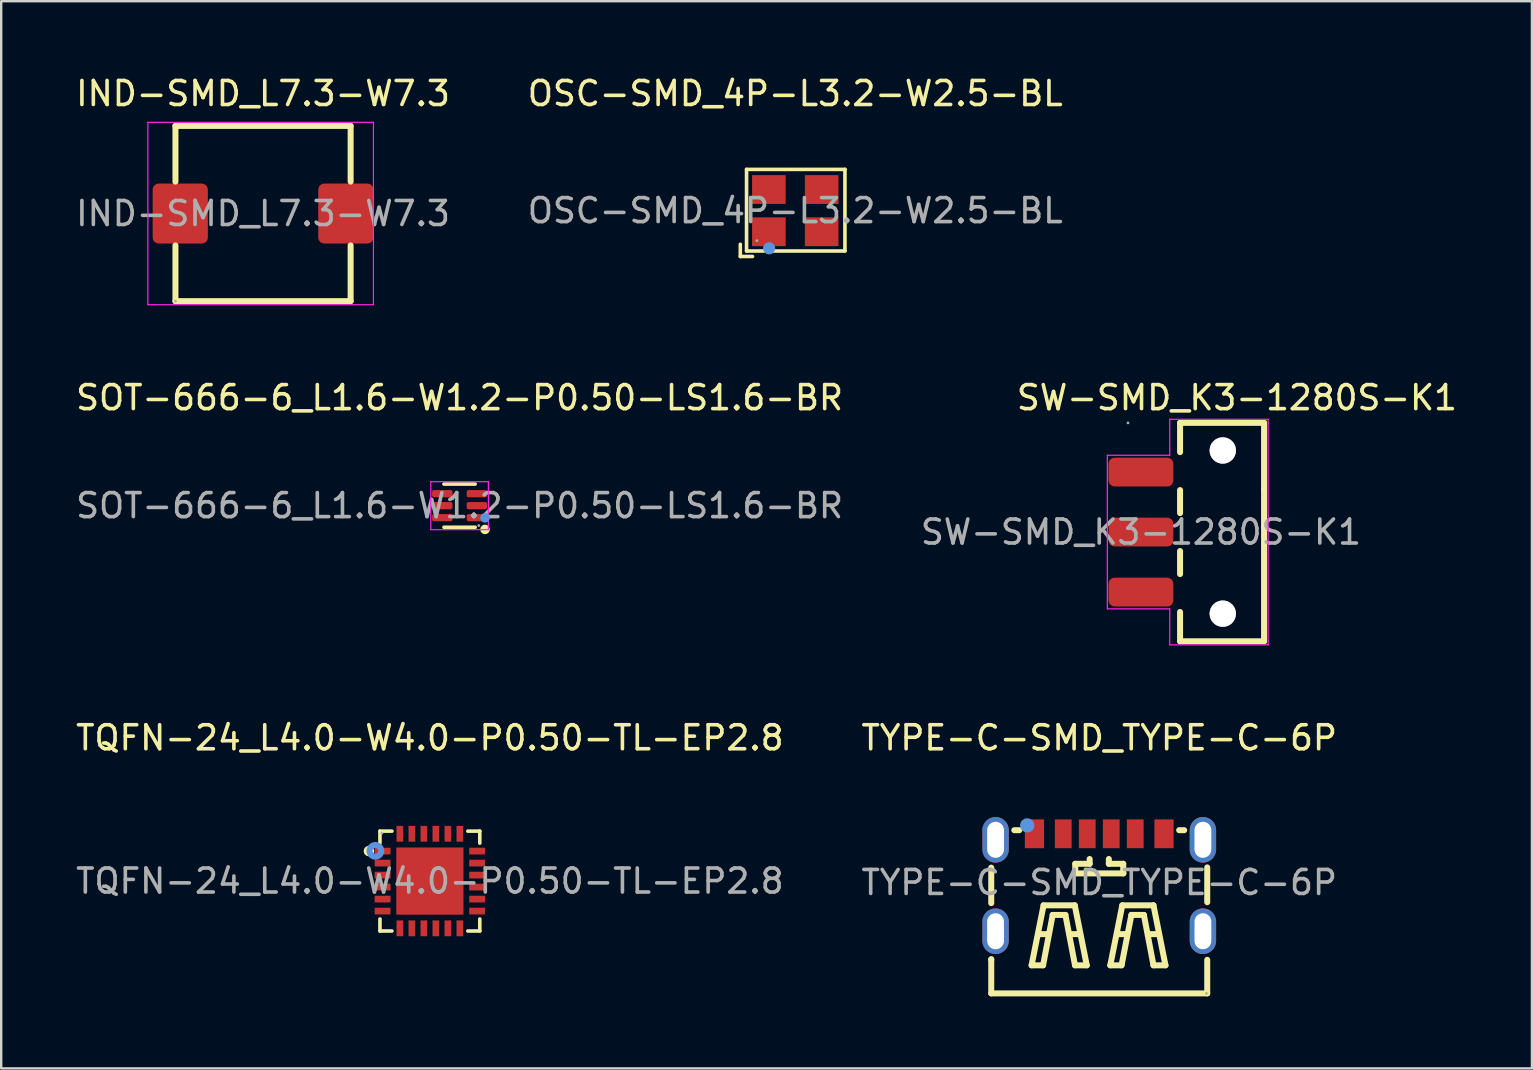
<source format=kicad_pcb>
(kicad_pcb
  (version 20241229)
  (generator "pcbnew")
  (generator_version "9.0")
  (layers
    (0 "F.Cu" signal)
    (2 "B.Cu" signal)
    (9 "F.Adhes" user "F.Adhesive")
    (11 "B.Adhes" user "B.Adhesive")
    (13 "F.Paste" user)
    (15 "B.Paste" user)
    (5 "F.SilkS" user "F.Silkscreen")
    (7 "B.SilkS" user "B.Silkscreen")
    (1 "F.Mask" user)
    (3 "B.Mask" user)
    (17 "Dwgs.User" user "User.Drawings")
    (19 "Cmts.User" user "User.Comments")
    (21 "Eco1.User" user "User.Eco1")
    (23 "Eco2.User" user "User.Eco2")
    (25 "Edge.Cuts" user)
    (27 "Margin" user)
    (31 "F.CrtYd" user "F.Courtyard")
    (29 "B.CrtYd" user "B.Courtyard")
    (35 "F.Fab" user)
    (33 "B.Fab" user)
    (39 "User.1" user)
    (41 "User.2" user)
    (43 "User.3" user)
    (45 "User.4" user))
  (footprint "SW-SMD_K3-1280S-K1"
    (layer "F.Cu")
    (at 44.494 19.122)
    (property "Reference" "SW-SMD_K3-1280S-K1" (at 4 -5.6 0) (layer "F.SilkS") (effects (font (size 1 1) (thickness 0.15))))
    (attr smd)
    (fp_line (start 1.63 -4.55) (end 1.63 -3.33) (stroke (width 0.25) (type solid)) (layer "F.SilkS"))
    (fp_line (start 1.63 -4.55) (end 5.13 -4.55) (stroke (width 0.25) (type solid)) (layer "F.SilkS"))
    (fp_line (start 1.63 -1.75) (end 1.63 -0.79) (stroke (width 0.25) (type solid)) (layer "F.SilkS"))
    (fp_line (start 1.63 0.79) (end 1.63 1.75) (stroke (width 0.25) (type solid)) (layer "F.SilkS"))
    (fp_line (start 1.63 3.33) (end 1.63 4.55) (stroke (width 0.25) (type solid)) (layer "F.SilkS"))
    (fp_line (start 5.13 -4.55) (end 5.13 4.55) (stroke (width 0.25) (type solid)) (layer "F.SilkS"))
    (fp_line (start 5.13 -1.75) (end 5.13 -1.74) (stroke (width 0.25) (type solid)) (layer "F.SilkS"))
    (fp_line (start 5.13 -0.25) (end 5.13 -0.23) (stroke (width 0.25) (type solid)) (layer "F.SilkS"))
    (fp_line (start 5.13 4.55) (end 1.63 4.55) (stroke (width 0.25) (type solid)) (layer "F.SilkS"))
    (fp_circle (center 3.41 -3.4) (end 3.66 -3.4) (stroke (width 0.5) (type solid)) (fill no) (layer "Cmts.User"))
    (fp_circle (center 3.41 3.4) (end 3.66 3.4) (stroke (width 0.5) (type solid)) (fill no) (layer "Cmts.User"))
    (fp_line (start -1.4 -3.2) (end 1.2 -3.2) (stroke (width 0.05) (type default)) (layer "F.CrtYd"))
    (fp_line (start -1.4 3.2) (end -1.4 -3.2) (stroke (width 0.05) (type default)) (layer "F.CrtYd"))
    (fp_line (start 1.2 -4.7) (end 5.3 -4.7) (stroke (width 0.05) (type default)) (layer "F.CrtYd"))
    (fp_line (start 1.2 -3.2) (end 1.2 -4.7) (stroke (width 0.05) (type default)) (layer "F.CrtYd"))
    (fp_line (start 1.2 3.2) (end -1.4 3.2) (stroke (width 0.05) (type default)) (layer "F.CrtYd"))
    (fp_line (start 1.2 4.7) (end 1.2 3.2) (stroke (width 0.05) (type default)) (layer "F.CrtYd"))
    (fp_line (start 5.3 -4.7) (end 5.3 4.7) (stroke (width 0.05) (type default)) (layer "F.CrtYd"))
    (fp_line (start 5.3 4.7) (end 1.2 4.7) (stroke (width 0.05) (type default)) (layer "F.CrtYd"))
    (fp_circle (center -0.54 -4.55) (end -0.51 -4.55) (stroke (width 0.06) (type solid)) (fill no) (layer "F.Fab"))
    (fp_text user "${REFERENCE}" (at 0 0 0) (layer "F.Fab") (effects (font (size 1 1) (thickness 0.15))))
    (pad "" thru_hole circle (at 3.41 -3.4) (size 1.1 1.1) (drill 1.1) (layers "*.Cu" "*.Mask"))
    (pad "" thru_hole circle (at 3.41 3.4) (size 1.1 1.1) (drill 1.1) (layers "*.Cu" "*.Mask"))
    (pad "1" smd roundrect (at 0 -2.5) (size 2.7 1.2) (layers "F.Cu" "F.Mask" "F.Paste") (roundrect_rratio 0.208))
    (pad "2" smd roundrect (at 0 0) (size 2.7 1.2) (layers "F.Cu" "F.Mask" "F.Paste") (roundrect_rratio 0.208))
    (pad "3" smd roundrect (at 0 2.5) (size 2.7 1.2) (layers "F.Cu" "F.Mask" "F.Paste") (roundrect_rratio 0.208)))
  (footprint "IND-SMD_L7.3-W7.3"
    (layer "F.Cu")
    (at 7.911 5.848)
    (property "Reference" "IND-SMD_L7.3-W7.3" (at 0 -5 0) (layer "F.SilkS") (effects (font (size 1 1) (thickness 0.15))))
    (attr smd)
    (fp_line (start -3.65 -3.65) (end 3.65 -3.65) (stroke (width 0.25) (type solid)) (layer "F.SilkS"))
    (fp_line (start -3.65 -1.33) (end -3.65 -3.65) (stroke (width 0.25) (type solid)) (layer "F.SilkS"))
    (fp_line (start -3.65 3.65) (end -3.65 1.33) (stroke (width 0.25) (type solid)) (layer "F.SilkS"))
    (fp_line (start 3.65 -3.65) (end 3.65 -1.33) (stroke (width 0.25) (type solid)) (layer "F.SilkS"))
    (fp_line (start 3.65 1.33) (end 3.65 3.65) (stroke (width 0.25) (type solid)) (layer "F.SilkS"))
    (fp_line (start 3.65 3.65) (end -3.65 3.65) (stroke (width 0.25) (type solid)) (layer "F.SilkS"))
    (fp_line (start -4.8 -3.8) (end 4.6 -3.8) (stroke (width 0.05) (type default)) (layer "F.CrtYd"))
    (fp_line (start -4.8 3.8) (end -4.8 -3.8) (stroke (width 0.05) (type default)) (layer "F.CrtYd"))
    (fp_line (start -4.8 3.8) (end 4.6 3.8) (stroke (width 0.05) (type default)) (layer "F.CrtYd"))
    (fp_line (start 4.6 3.8) (end 4.6 -3.8) (stroke (width 0.05) (type default)) (layer "F.CrtYd"))
    (fp_circle (center -3.65 3.65) (end -3.62 3.65) (stroke (width 0.06) (type solid)) (fill no) (layer "F.Fab"))
    (fp_text user "${REFERENCE}" (at 0 0 0) (layer "F.Fab") (effects (font (size 1 1) (thickness 0.15))))
    (pad "1" smd roundrect (at -3.45 0) (size 2.3 2.5) (layers "F.Cu" "F.Mask" "F.Paste") (roundrect_rratio 0.109))
    (pad "2" smd roundrect (at 3.45 0) (size 2.3 2.5) (layers "F.Cu" "F.Mask" "F.Paste") (roundrect_rratio 0.109)))
  (footprint "OSC-SMD_4P-L3.2-W2.5-BL"
    (layer "F.Cu")
    (at 30.089 5.728)
    (property "Reference" "OSC-SMD_4P-L3.2-W2.5-BL" (at 0 -4.88 0) (layer "F.SilkS") (effects (font (size 1 1) (thickness 0.15))))
    (attr smd)
    (fp_line (start -2.29 1.4) (end -2.29 1.91) (stroke (width 0.15) (type solid)) (layer "F.SilkS"))
    (fp_line (start -2.29 1.91) (end -1.78 1.91) (stroke (width 0.15) (type solid)) (layer "F.SilkS"))
    (fp_line (start -2.03 -1.72) (end -2.03 1.68) (stroke (width 0.15) (type solid)) (layer "F.SilkS"))
    (fp_line (start -2.03 1.68) (end 2.07 1.68) (stroke (width 0.15) (type solid)) (layer "F.SilkS"))
    (fp_line (start 2.07 -1.72) (end -2.03 -1.72) (stroke (width 0.15) (type solid)) (layer "F.SilkS"))
    (fp_line (start 2.07 1.68) (end 2.07 -1.72) (stroke (width 0.15) (type solid)) (layer "F.SilkS"))
    (fp_circle (center -1.09 1.57) (end -0.96 1.57) (stroke (width 0.25) (type solid)) (fill no) (layer "Cmts.User"))
    (fp_circle (center -1.6 1.25) (end -1.57 1.25) (stroke (width 0.06) (type solid)) (fill no) (layer "F.Fab"))
    (fp_text user "${REFERENCE}" (at 0 0 0) (layer "F.Fab") (effects (font (size 1 1) (thickness 0.15))))
    (pad "1" smd rect (at -1.1 0.88) (size 1.4 1.2) (layers "F.Cu" "F.Mask" "F.Paste"))
    (pad "2" smd rect (at 1.1 0.88) (size 1.4 1.2) (layers "F.Cu" "F.Mask" "F.Paste"))
    (pad "3" smd rect (at 1.1 -0.88) (size 1.4 1.2) (layers "F.Cu" "F.Mask" "F.Paste"))
    (pad "4" smd rect (at -1.1 -0.88) (size 1.4 1.2) (layers "F.Cu" "F.Mask" "F.Paste")))
  (footprint "TQFN-24_L4.0-W4.0-P0.50-TL-EP2.8"
    (layer "F.Cu")
    (at 14.863 33.665)
    (property "Reference" "TQFN-24_L4.0-W4.0-P0.50-TL-EP2.8" (at 0 -5.97 0) (layer "F.SilkS") (effects (font (size 1 1) (thickness 0.15))))
    (attr smd)
    (fp_line (start -2.08 -2.08) (end -2.08 -1.58) (stroke (width 0.15) (type solid)) (layer "F.SilkS"))
    (fp_line (start -2.08 2.08) (end -2.08 1.58) (stroke (width 0.15) (type solid)) (layer "F.SilkS"))
    (fp_line (start -1.58 -2.08) (end -2.08 -2.08) (stroke (width 0.15) (type solid)) (layer "F.SilkS"))
    (fp_line (start -1.58 2.08) (end -2.08 2.08) (stroke (width 0.15) (type solid)) (layer "F.SilkS"))
    (fp_line (start 1.58 -2.08) (end 2.08 -2.08) (stroke (width 0.15) (type solid)) (layer "F.SilkS"))
    (fp_line (start 1.58 2.08) (end 2.08 2.08) (stroke (width 0.15) (type solid)) (layer "F.SilkS"))
    (fp_line (start 2.08 -2.08) (end 2.08 -1.58) (stroke (width 0.15) (type solid)) (layer "F.SilkS"))
    (fp_line (start 2.08 2.08) (end 2.08 1.58) (stroke (width 0.15) (type solid)) (layer "F.SilkS"))
    (fp_circle (center -2.54 -1.25) (end -2.47 -1.25) (stroke (width 0.15) (type solid)) (fill no) (layer "F.SilkS"))
    (fp_circle (center -2.27 -1.26) (end -2.15 -1.26) (stroke (width 0.25) (type solid)) (fill no) (layer "Cmts.User"))
    (fp_circle (center -2 -2) (end -1.97 -2) (stroke (width 0.06) (type solid)) (fill no) (layer "F.Fab"))
    (fp_text user "${REFERENCE}" (at 0 0 0) (layer "F.Fab") (effects (font (size 1 1) (thickness 0.15))))
    (pad "1" smd rect (at -1.97 -1.25) (size 0.66 0.28) (layers "F.Cu" "F.Mask" "F.Paste"))
    (pad "2" smd rect (at -1.97 -0.75) (size 0.66 0.28) (layers "F.Cu" "F.Mask" "F.Paste"))
    (pad "3" smd rect (at -1.97 -0.25) (size 0.66 0.28) (layers "F.Cu" "F.Mask" "F.Paste"))
    (pad "4" smd rect (at -1.97 0.25) (size 0.66 0.28) (layers "F.Cu" "F.Mask" "F.Paste"))
    (pad "5" smd rect (at -1.97 0.75) (size 0.66 0.28) (layers "F.Cu" "F.Mask" "F.Paste"))
    (pad "6" smd rect (at -1.97 1.25) (size 0.66 0.28) (layers "F.Cu" "F.Mask" "F.Paste"))
    (pad "7" smd rect (at -1.25 1.97) (size 0.28 0.66) (layers "F.Cu" "F.Mask" "F.Paste"))
    (pad "8" smd rect (at -0.75 1.97) (size 0.28 0.66) (layers "F.Cu" "F.Mask" "F.Paste"))
    (pad "9" smd rect (at -0.25 1.97) (size 0.28 0.66) (layers "F.Cu" "F.Mask" "F.Paste"))
    (pad "10" smd rect (at 0.25 1.97) (size 0.28 0.66) (layers "F.Cu" "F.Mask" "F.Paste"))
    (pad "11" smd rect (at 0.75 1.97) (size 0.28 0.66) (layers "F.Cu" "F.Mask" "F.Paste"))
    (pad "12" smd rect (at 1.25 1.97) (size 0.28 0.66) (layers "F.Cu" "F.Mask" "F.Paste"))
    (pad "13" smd rect (at 1.97 1.25) (size 0.66 0.28) (layers "F.Cu" "F.Mask" "F.Paste"))
    (pad "14" smd rect (at 1.97 0.75) (size 0.66 0.28) (layers "F.Cu" "F.Mask" "F.Paste"))
    (pad "15" smd rect (at 1.97 0.25) (size 0.66 0.28) (layers "F.Cu" "F.Mask" "F.Paste"))
    (pad "16" smd rect (at 1.97 -0.25) (size 0.66 0.28) (layers "F.Cu" "F.Mask" "F.Paste"))
    (pad "17" smd rect (at 1.97 -0.75) (size 0.66 0.28) (layers "F.Cu" "F.Mask" "F.Paste"))
    (pad "18" smd rect (at 1.97 -1.25) (size 0.66 0.28) (layers "F.Cu" "F.Mask" "F.Paste"))
    (pad "19" smd rect (at 1.25 -1.97) (size 0.28 0.66) (layers "F.Cu" "F.Mask" "F.Paste"))
    (pad "20" smd rect (at 0.75 -1.97) (size 0.28 0.66) (layers "F.Cu" "F.Mask" "F.Paste"))
    (pad "21" smd rect (at 0.25 -1.97) (size 0.28 0.66) (layers "F.Cu" "F.Mask" "F.Paste"))
    (pad "22" smd rect (at -0.25 -1.97) (size 0.28 0.66) (layers "F.Cu" "F.Mask" "F.Paste"))
    (pad "23" smd rect (at -0.75 -1.97) (size 0.28 0.66) (layers "F.Cu" "F.Mask" "F.Paste"))
    (pad "24" smd rect (at -1.25 -1.97) (size 0.28 0.66) (layers "F.Cu" "F.Mask" "F.Paste"))
    (pad "25" smd rect (at 0 0) (size 2.8 2.8) (layers "F.Cu" "F.Mask" "F.Paste")))
  (footprint "TYPE-C-SMD_TYPE-C-6P"
    (layer "F.Cu")
    (at 42.756 33.725)
    (property "Reference" "TYPE-C-SMD_TYPE-C-6P" (at 0 -6.03 0) (layer "F.SilkS") (effects (font (size 1 1) (thickness 0.15))))
    (attr smd)
    (fp_line (start -4.5 -0.58) (end -4.5 -0.62) (stroke (width 0.25) (type solid)) (layer "F.SilkS"))
    (fp_line (start -4.5 -0.58) (end -4.5 0.86) (stroke (width 0.25) (type solid)) (layer "F.SilkS"))
    (fp_line (start -4.5 3.2) (end -4.5 4.62) (stroke (width 0.25) (type solid)) (layer "F.SilkS"))
    (fp_line (start -4.5 3.22) (end -4.5 3.2) (stroke (width 0.25) (type solid)) (layer "F.SilkS"))
    (fp_line (start -4.5 4.62) (end 4.5 4.62) (stroke (width 0.25) (type solid)) (layer "F.SilkS"))
    (fp_line (start -3.54 -2.18) (end -3.33 -2.18) (stroke (width 0.25) (type solid)) (layer "F.SilkS"))
    (fp_line (start -2.82 3.45) (end -2.32 0.95) (stroke (width 0.25) (type solid)) (layer "F.SilkS"))
    (fp_line (start -2.52 2.15) (end -2.12 2.15) (stroke (width 0.25) (type solid)) (layer "F.SilkS"))
    (fp_line (start -2.34 3.45) (end -2.82 3.45) (stroke (width 0.25) (type solid)) (layer "F.SilkS"))
    (fp_line (start -2.32 0.95) (end -1.02 0.95) (stroke (width 0.25) (type solid)) (layer "F.SilkS"))
    (fp_line (start -1.94 1.35) (end -2.34 3.45) (stroke (width 0.25) (type solid)) (layer "F.SilkS"))
    (fp_line (start -1.41 1.35) (end -1.94 1.35) (stroke (width 0.25) (type solid)) (layer "F.SilkS"))
    (fp_line (start -1.22 2.15) (end -0.82 2.15) (stroke (width 0.25) (type solid)) (layer "F.SilkS"))
    (fp_line (start -1.02 0.95) (end -0.52 3.45) (stroke (width 0.25) (type solid)) (layer "F.SilkS"))
    (fp_line (start -1.01 -0.38) (end 1.01 -0.38) (stroke (width 0.25) (type solid)) (layer "F.SilkS"))
    (fp_line (start -1.01 3.45) (end -1.41 1.35) (stroke (width 0.25) (type solid)) (layer "F.SilkS"))
    (fp_line (start -1 -0.78) (end -0.4 -0.78) (stroke (width 0.25) (type solid)) (layer "F.SilkS"))
    (fp_line (start -1 -0.38) (end -1 -0.78) (stroke (width 0.25) (type solid)) (layer "F.SilkS"))
    (fp_line (start -0.52 3.45) (end -1.01 3.45) (stroke (width 0.25) (type solid)) (layer "F.SilkS"))
    (fp_line (start -0.4 -0.78) (end -0.4 -0.98) (stroke (width 0.25) (type solid)) (layer "F.SilkS"))
    (fp_line (start 0.4 -0.78) (end 0.4 -0.98) (stroke (width 0.25) (type solid)) (layer "F.SilkS"))
    (fp_line (start 0.46 3.45) (end 0.96 0.95) (stroke (width 0.25) (type solid)) (layer "F.SilkS"))
    (fp_line (start 0.76 2.15) (end 1.16 2.15) (stroke (width 0.25) (type solid)) (layer "F.SilkS"))
    (fp_line (start 0.93 3.45) (end 0.46 3.45) (stroke (width 0.25) (type solid)) (layer "F.SilkS"))
    (fp_line (start 0.96 0.95) (end 2.26 0.95) (stroke (width 0.25) (type solid)) (layer "F.SilkS"))
    (fp_line (start 1 -0.78) (end 0.4 -0.78) (stroke (width 0.25) (type solid)) (layer "F.SilkS"))
    (fp_line (start 1 -0.38) (end 1 -0.78) (stroke (width 0.25) (type solid)) (layer "F.SilkS"))
    (fp_line (start 1.34 1.35) (end 0.93 3.45) (stroke (width 0.25) (type solid)) (layer "F.SilkS"))
    (fp_line (start 1.86 1.35) (end 1.34 1.35) (stroke (width 0.25) (type solid)) (layer "F.SilkS"))
    (fp_line (start 2.06 2.15) (end 2.46 2.15) (stroke (width 0.25) (type solid)) (layer "F.SilkS"))
    (fp_line (start 2.26 0.95) (end 2.76 3.45) (stroke (width 0.25) (type solid)) (layer "F.SilkS"))
    (fp_line (start 2.26 3.45) (end 1.86 1.35) (stroke (width 0.25) (type solid)) (layer "F.SilkS"))
    (fp_line (start 2.76 3.45) (end 2.26 3.45) (stroke (width 0.25) (type solid)) (layer "F.SilkS"))
    (fp_line (start 3.33 -2.18) (end 3.54 -2.18) (stroke (width 0.25) (type solid)) (layer "F.SilkS"))
    (fp_line (start 4.5 0.82) (end 4.5 -0.63) (stroke (width 0.25) (type solid)) (layer "F.SilkS"))
    (fp_line (start 4.5 4.62) (end 4.5 3.22) (stroke (width 0.25) (type solid)) (layer "F.SilkS"))
    (fp_circle (center -3 -2.38) (end -2.85 -2.38) (stroke (width 0.3) (type solid)) (fill no) (layer "Cmts.User"))
    (fp_circle (center 4.47 4.62) (end 4.5 4.62) (stroke (width 0.06) (type solid)) (fill no) (layer "F.Fab"))
    (fp_text user "${REFERENCE}" (at 0 0 0) (layer "F.Fab") (effects (font (size 1 1) (thickness 0.15))))
    (pad "7" thru_hole oval (at -4.32 -1.78) (size 1.1 1.9) (drill oval 0.7 1.5) (layers "*.Cu" "*.Mask"))
    (pad "7" thru_hole oval (at -4.32 2.03) (size 1.1 1.9) (drill oval 0.7 1.5) (layers "*.Cu" "*.Mask"))
    (pad "7" thru_hole oval (at 4.32 -1.78) (size 1.1 1.9) (drill oval 0.7 1.5) (layers "*.Cu" "*.Mask"))
    (pad "7" thru_hole oval (at 4.32 2.03) (size 1.1 1.9) (drill oval 0.7 1.5) (layers "*.Cu" "*.Mask"))
    (pad "A5" smd rect (at -0.5 -2.03) (size 0.7 1.2) (layers "F.Cu" "F.Mask" "F.Paste"))
    (pad "A9" smd rect (at 1.5 -2.03) (size 0.7 1.2) (layers "F.Cu" "F.Mask" "F.Paste"))
    (pad "A12" smd rect (at 2.7 -2.03) (size 0.8 1.2) (layers "F.Cu" "F.Mask" "F.Paste"))
    (pad "B5" smd rect (at 0.5 -2.03) (size 0.7 1.2) (layers "F.Cu" "F.Mask" "F.Paste"))
    (pad "B9" smd rect (at -1.5 -2.03) (size 0.7 1.2) (layers "F.Cu" "F.Mask" "F.Paste"))
    (pad "B12" smd rect (at -2.7 -2.03) (size 0.8 1.2) (layers "F.Cu" "F.Mask" "F.Paste")))
  (footprint "SOT-666-6_L1.6-W1.2-P0.50-LS1.6-BR"
    (layer "F.Cu")
    (at 16.101 18.021)
    (property "Reference" "SOT-666-6_L1.6-W1.2-P0.50-LS1.6-BR" (at 0 -4.5 0) (layer "F.SilkS") (effects (font (size 1 1) (thickness 0.15))))
    (attr smd)
    (fp_line (start 0.65 -0.9) (end -0.65 -0.9) (stroke (width 0.15) (type solid)) (layer "F.SilkS"))
    (fp_line (start 0.65 0.9) (end -0.65 0.9) (stroke (width 0.15) (type solid)) (layer "F.SilkS"))
    (fp_arc (start 1.06 0.99) (mid 1.06 0.99) (end 1.06 0.99) (stroke (width 0.2) (type solid)) (layer "F.SilkS"))
    (fp_circle (center 1.06 0.51) (end 1.16 0.51) (stroke (width 0.2) (type solid)) (fill no) (layer "Cmts.User"))
    (fp_line (start -1.2 -1) (end 1.2 -1) (stroke (width 0.05) (type default)) (layer "F.CrtYd"))
    (fp_line (start -1.2 1) (end -1.2 -1) (stroke (width 0.05) (type default)) (layer "F.CrtYd"))
    (fp_line (start 1.2 -1) (end 1.2 1) (stroke (width 0.05) (type default)) (layer "F.CrtYd"))
    (fp_line (start 1.2 1) (end -1.2 1) (stroke (width 0.05) (type default)) (layer "F.CrtYd"))
    (fp_circle (center 0.8 0.83) (end 0.83 0.83) (stroke (width 0.06) (type solid)) (fill no) (layer "F.Fab"))
    (fp_text user "${REFERENCE}" (at 0 0 0) (layer "F.Fab") (effects (font (size 1 1) (thickness 0.15))))
    (pad "1" smd roundrect (at 0.72 0.5 90) (size 0.3 0.85) (layers "F.Cu" "F.Mask" "F.Paste") (roundrect_rratio 0.25))
    (pad "2" smd roundrect (at 0.72 0 90) (size 0.3 0.85) (layers "F.Cu" "F.Mask" "F.Paste") (roundrect_rratio 0.25))
    (pad "3" smd roundrect (at 0.72 -0.5 90) (size 0.3 0.85) (layers "F.Cu" "F.Mask" "F.Paste") (roundrect_rratio 0.25))
    (pad "4" smd roundrect (at -0.72 -0.5 90) (size 0.3 0.85) (layers "F.Cu" "F.Mask" "F.Paste") (roundrect_rratio 0.25))
    (pad "5" smd roundrect (at -0.72 0 90) (size 0.3 0.85) (layers "F.Cu" "F.Mask" "F.Paste") (roundrect_rratio 0.25))
    (pad "6" smd roundrect (at -0.72 0.5 90) (size 0.3 0.85) (layers "F.Cu" "F.Mask" "F.Paste") (roundrect_rratio 0.25)))
  (gr_rect
    (start -3 -3)
    (end 60.786 41.47)
    (stroke (width 0.1) (type default))
    (fill no)
    (layer "Edge.Cuts")))
</source>
